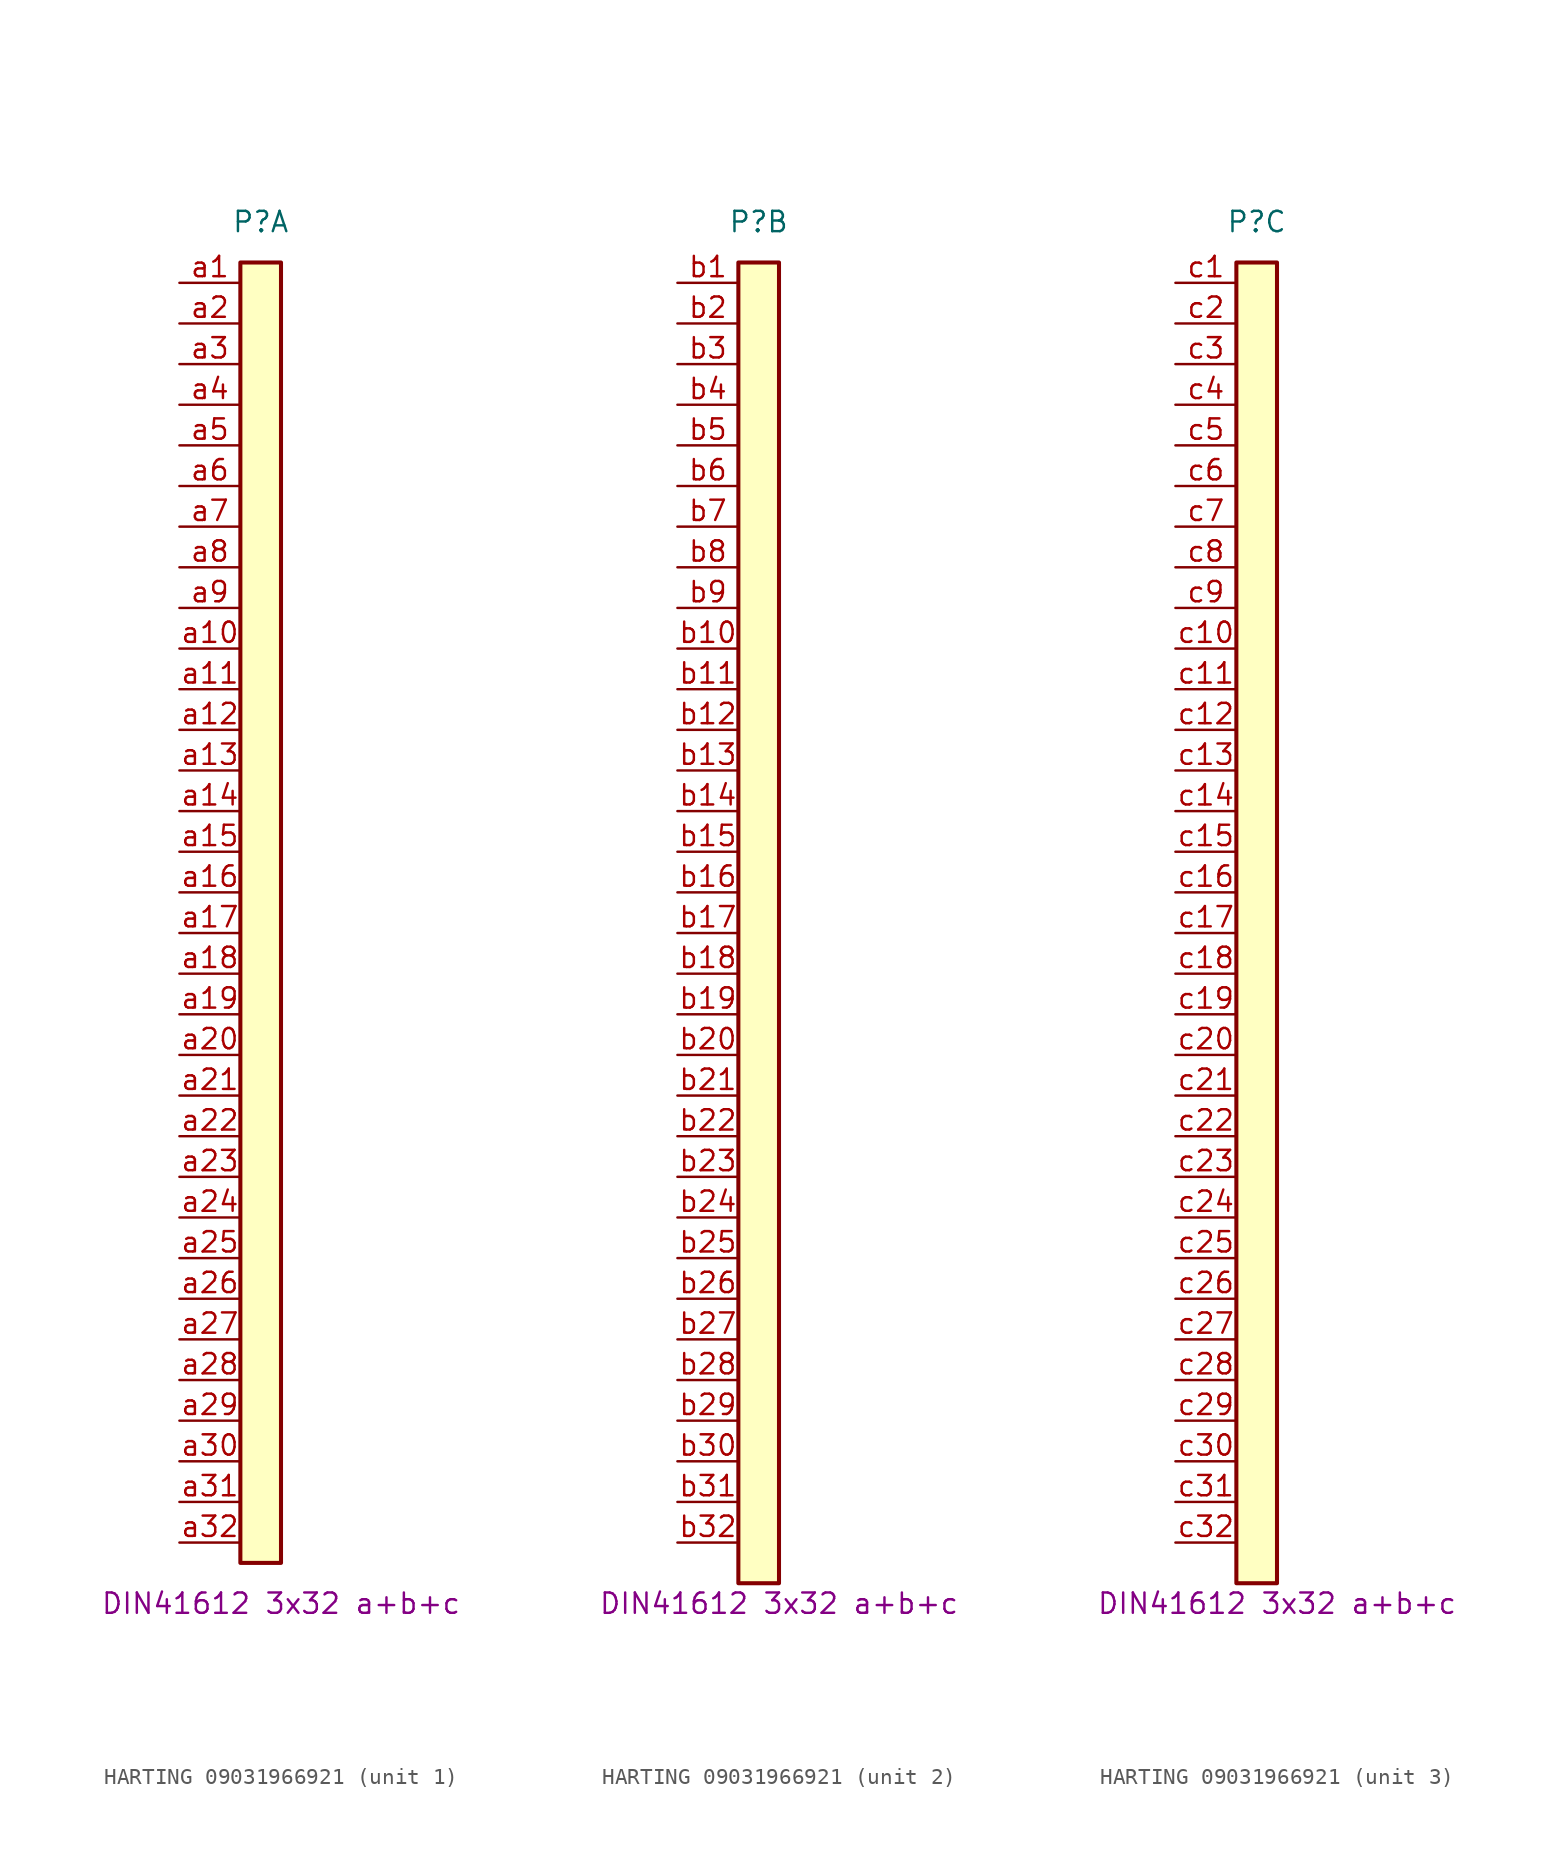
<source format=kicad_sym>
(kicad_symbol_lib
  (version 20211014)
  (generator kicad_symbol_editor)
  (symbol "HARTING 09031966921"
    (pin_names
      (offset 1.016) hide)
    (property "Reference" "P"
      (at 0 41.91 0)
      (effects (font (size 1.27 1.27))))
    (property "Comment" "DIN41612 3x32 a+b+c"
      (at 1.27 -44.45 0)
      (effects (font (size 1.27 1.27))))
    (property "ki_locked" ""
      (at 0 0 0)
      (effects (font (size 1.27 1.27))))
    (symbol "HARTING 09031966921_1_1"
      (rectangle (start -1.27 39.37) (end 1.27 -41.91) (stroke (width 0.254) (type default) (color 0 0 0 0)) (fill (type background)))
      (pin passive line (at -5.08 38.1 0) (length 3.81) (name "Pin_a1" (effects (font (size 1.27 1.27)))) (number "a1" (effects (font (size 1.27 1.27)))))
      (pin passive line (at -5.08 15.24 0) (length 3.81) (name "Pin_a10" (effects (font (size 1.27 1.27)))) (number "a10" (effects (font (size 1.27 1.27)))))
      (pin passive line (at -5.08 12.7 0) (length 3.81) (name "Pin_a11" (effects (font (size 1.27 1.27)))) (number "a11" (effects (font (size 1.27 1.27)))))
      (pin passive line (at -5.08 10.16 0) (length 3.81) (name "Pin_a12" (effects (font (size 1.27 1.27)))) (number "a12" (effects (font (size 1.27 1.27)))))
      (pin passive line (at -5.08 7.62 0) (length 3.81) (name "Pin_a13" (effects (font (size 1.27 1.27)))) (number "a13" (effects (font (size 1.27 1.27)))))
      (pin passive line (at -5.08 5.08 0) (length 3.81) (name "Pin_a14" (effects (font (size 1.27 1.27)))) (number "a14" (effects (font (size 1.27 1.27)))))
      (pin passive line (at -5.08 2.54 0) (length 3.81) (name "Pin_a15" (effects (font (size 1.27 1.27)))) (number "a15" (effects (font (size 1.27 1.27)))))
      (pin passive line (at -5.08 0 0) (length 3.81) (name "Pin_a16" (effects (font (size 1.27 1.27)))) (number "a16" (effects (font (size 1.27 1.27)))))
      (pin passive line (at -5.08 -2.54 0) (length 3.81) (name "Pin_a17" (effects (font (size 1.27 1.27)))) (number "a17" (effects (font (size 1.27 1.27)))))
      (pin passive line (at -5.08 -5.08 0) (length 3.81) (name "Pin_a18" (effects (font (size 1.27 1.27)))) (number "a18" (effects (font (size 1.27 1.27)))))
      (pin passive line (at -5.08 -7.62 0) (length 3.81) (name "Pin_a19" (effects (font (size 1.27 1.27)))) (number "a19" (effects (font (size 1.27 1.27)))))
      (pin passive line (at -5.08 35.56 0) (length 3.81) (name "Pin_a2" (effects (font (size 1.27 1.27)))) (number "a2" (effects (font (size 1.27 1.27)))))
      (pin passive line (at -5.08 -10.16 0) (length 3.81) (name "Pin_a20" (effects (font (size 1.27 1.27)))) (number "a20" (effects (font (size 1.27 1.27)))))
      (pin passive line (at -5.08 -12.7 0) (length 3.81) (name "Pin_a21" (effects (font (size 1.27 1.27)))) (number "a21" (effects (font (size 1.27 1.27)))))
      (pin passive line (at -5.08 -15.24 0) (length 3.81) (name "Pin_a22" (effects (font (size 1.27 1.27)))) (number "a22" (effects (font (size 1.27 1.27)))))
      (pin passive line (at -5.08 -17.78 0) (length 3.81) (name "Pin_a23" (effects (font (size 1.27 1.27)))) (number "a23" (effects (font (size 1.27 1.27)))))
      (pin passive line (at -5.08 -20.32 0) (length 3.81) (name "Pin_a24" (effects (font (size 1.27 1.27)))) (number "a24" (effects (font (size 1.27 1.27)))))
      (pin passive line (at -5.08 -22.86 0) (length 3.81) (name "Pin_a25" (effects (font (size 1.27 1.27)))) (number "a25" (effects (font (size 1.27 1.27)))))
      (pin passive line (at -5.08 -25.4 0) (length 3.81) (name "Pin_a26" (effects (font (size 1.27 1.27)))) (number "a26" (effects (font (size 1.27 1.27)))))
      (pin passive line (at -5.08 -27.94 0) (length 3.81) (name "Pin_a27" (effects (font (size 1.27 1.27)))) (number "a27" (effects (font (size 1.27 1.27)))))
      (pin passive line (at -5.08 -30.48 0) (length 3.81) (name "Pin_a28" (effects (font (size 1.27 1.27)))) (number "a28" (effects (font (size 1.27 1.27)))))
      (pin passive line (at -5.08 -33.02 0) (length 3.81) (name "Pin_a29" (effects (font (size 1.27 1.27)))) (number "a29" (effects (font (size 1.27 1.27)))))
      (pin passive line (at -5.08 33.02 0) (length 3.81) (name "Pin_a3" (effects (font (size 1.27 1.27)))) (number "a3" (effects (font (size 1.27 1.27)))))
      (pin passive line (at -5.08 -35.56 0) (length 3.81) (name "Pin_a30" (effects (font (size 1.27 1.27)))) (number "a30" (effects (font (size 1.27 1.27)))))
      (pin passive line (at -5.08 -38.1 0) (length 3.81) (name "Pin_a31" (effects (font (size 1.27 1.27)))) (number "a31" (effects (font (size 1.27 1.27)))))
      (pin passive line (at -5.08 -40.64 0) (length 3.81) (name "Pin_a32" (effects (font (size 1.27 1.27)))) (number "a32" (effects (font (size 1.27 1.27)))))
      (pin passive line (at -5.08 30.48 0) (length 3.81) (name "Pin_a4" (effects (font (size 1.27 1.27)))) (number "a4" (effects (font (size 1.27 1.27)))))
      (pin passive line (at -5.08 27.94 0) (length 3.81) (name "Pin_a5" (effects (font (size 1.27 1.27)))) (number "a5" (effects (font (size 1.27 1.27)))))
      (pin passive line (at -5.08 25.4 0) (length 3.81) (name "Pin_a6" (effects (font (size 1.27 1.27)))) (number "a6" (effects (font (size 1.27 1.27)))))
      (pin passive line (at -5.08 22.86 0) (length 3.81) (name "Pin_a7" (effects (font (size 1.27 1.27)))) (number "a7" (effects (font (size 1.27 1.27)))))
      (pin passive line (at -5.08 20.32 0) (length 3.81) (name "Pin_a8" (effects (font (size 1.27 1.27)))) (number "a8" (effects (font (size 1.27 1.27)))))
      (pin passive line (at -5.08 17.78 0) (length 3.81) (name "Pin_a9" (effects (font (size 1.27 1.27)))) (number "a9" (effects (font (size 1.27 1.27))))))
    (symbol "HARTING 09031966921_2_1"
      (rectangle (start -1.27 39.37) (end 1.27 -43.18) (stroke (width 0.254) (type default) (color 0 0 0 0)) (fill (type background)))
      (pin passive line (at -5.08 38.1 0) (length 3.81) (name "b1" (effects (font (size 1.27 1.27)))) (number "b1" (effects (font (size 1.27 1.27)))))
      (pin passive line (at -5.08 15.24 0) (length 3.81) (name "b10" (effects (font (size 1.27 1.27)))) (number "b10" (effects (font (size 1.27 1.27)))))
      (pin passive line (at -5.08 12.7 0) (length 3.81) (name "b11" (effects (font (size 1.27 1.27)))) (number "b11" (effects (font (size 1.27 1.27)))))
      (pin passive line (at -5.08 10.16 0) (length 3.81) (name "b12" (effects (font (size 1.27 1.27)))) (number "b12" (effects (font (size 1.27 1.27)))))
      (pin passive line (at -5.08 7.62 0) (length 3.81) (name "b13" (effects (font (size 1.27 1.27)))) (number "b13" (effects (font (size 1.27 1.27)))))
      (pin passive line (at -5.08 5.08 0) (length 3.81) (name "b14" (effects (font (size 1.27 1.27)))) (number "b14" (effects (font (size 1.27 1.27)))))
      (pin passive line (at -5.08 2.54 0) (length 3.81) (name "b15" (effects (font (size 1.27 1.27)))) (number "b15" (effects (font (size 1.27 1.27)))))
      (pin passive line (at -5.08 0 0) (length 3.81) (name "b16" (effects (font (size 1.27 1.27)))) (number "b16" (effects (font (size 1.27 1.27)))))
      (pin passive line (at -5.08 -2.54 0) (length 3.81) (name "b17" (effects (font (size 1.27 1.27)))) (number "b17" (effects (font (size 1.27 1.27)))))
      (pin passive line (at -5.08 -5.08 0) (length 3.81) (name "b18" (effects (font (size 1.27 1.27)))) (number "b18" (effects (font (size 1.27 1.27)))))
      (pin passive line (at -5.08 -7.62 0) (length 3.81) (name "b19" (effects (font (size 1.27 1.27)))) (number "b19" (effects (font (size 1.27 1.27)))))
      (pin passive line (at -5.08 35.56 0) (length 3.81) (name "b2" (effects (font (size 1.27 1.27)))) (number "b2" (effects (font (size 1.27 1.27)))))
      (pin passive line (at -5.08 -10.16 0) (length 3.81) (name "b20" (effects (font (size 1.27 1.27)))) (number "b20" (effects (font (size 1.27 1.27)))))
      (pin passive line (at -5.08 -12.7 0) (length 3.81) (name "b21" (effects (font (size 1.27 1.27)))) (number "b21" (effects (font (size 1.27 1.27)))))
      (pin passive line (at -5.08 -15.24 0) (length 3.81) (name "b22" (effects (font (size 1.27 1.27)))) (number "b22" (effects (font (size 1.27 1.27)))))
      (pin passive line (at -5.08 -17.78 0) (length 3.81) (name "b23" (effects (font (size 1.27 1.27)))) (number "b23" (effects (font (size 1.27 1.27)))))
      (pin passive line (at -5.08 -20.32 0) (length 3.81) (name "b24" (effects (font (size 1.27 1.27)))) (number "b24" (effects (font (size 1.27 1.27)))))
      (pin passive line (at -5.08 -22.86 0) (length 3.81) (name "b25" (effects (font (size 1.27 1.27)))) (number "b25" (effects (font (size 1.27 1.27)))))
      (pin passive line (at -5.08 -25.4 0) (length 3.81) (name "b26" (effects (font (size 1.27 1.27)))) (number "b26" (effects (font (size 1.27 1.27)))))
      (pin passive line (at -5.08 -27.94 0) (length 3.81) (name "b27" (effects (font (size 1.27 1.27)))) (number "b27" (effects (font (size 1.27 1.27)))))
      (pin passive line (at -5.08 -30.48 0) (length 3.81) (name "b28" (effects (font (size 1.27 1.27)))) (number "b28" (effects (font (size 1.27 1.27)))))
      (pin passive line (at -5.08 -33.02 0) (length 3.81) (name "b29" (effects (font (size 1.27 1.27)))) (number "b29" (effects (font (size 1.27 1.27)))))
      (pin passive line (at -5.08 33.02 0) (length 3.81) (name "b3" (effects (font (size 1.27 1.27)))) (number "b3" (effects (font (size 1.27 1.27)))))
      (pin passive line (at -5.08 -35.56 0) (length 3.81) (name "b30" (effects (font (size 1.27 1.27)))) (number "b30" (effects (font (size 1.27 1.27)))))
      (pin passive line (at -5.08 -38.1 0) (length 3.81) (name "b31" (effects (font (size 1.27 1.27)))) (number "b31" (effects (font (size 1.27 1.27)))))
      (pin passive line (at -5.08 -40.64 0) (length 3.81) (name "b32" (effects (font (size 1.27 1.27)))) (number "b32" (effects (font (size 1.27 1.27)))))
      (pin passive line (at -5.08 30.48 0) (length 3.81) (name "b4" (effects (font (size 1.27 1.27)))) (number "b4" (effects (font (size 1.27 1.27)))))
      (pin passive line (at -5.08 27.94 0) (length 3.81) (name "b5" (effects (font (size 1.27 1.27)))) (number "b5" (effects (font (size 1.27 1.27)))))
      (pin passive line (at -5.08 25.4 0) (length 3.81) (name "b6" (effects (font (size 1.27 1.27)))) (number "b6" (effects (font (size 1.27 1.27)))))
      (pin passive line (at -5.08 22.86 0) (length 3.81) (name "b7" (effects (font (size 1.27 1.27)))) (number "b7" (effects (font (size 1.27 1.27)))))
      (pin passive line (at -5.08 20.32 0) (length 3.81) (name "b8" (effects (font (size 1.27 1.27)))) (number "b8" (effects (font (size 1.27 1.27)))))
      (pin passive line (at -5.08 17.78 0) (length 3.81) (name "b9" (effects (font (size 1.27 1.27)))) (number "b9" (effects (font (size 1.27 1.27))))))
    (symbol "HARTING 09031966921_3_1"
      (rectangle (start -1.27 39.37) (end 1.27 -43.18) (stroke (width 0.254) (type default) (color 0 0 0 0)) (fill (type background)))
      (pin passive line (at -5.08 38.1 0) (length 3.81) (name "c1" (effects (font (size 1.27 1.27)))) (number "c1" (effects (font (size 1.27 1.27)))))
      (pin passive line (at -5.08 15.24 0) (length 3.81) (name "c10" (effects (font (size 1.27 1.27)))) (number "c10" (effects (font (size 1.27 1.27)))))
      (pin passive line (at -5.08 12.7 0) (length 3.81) (name "c11" (effects (font (size 1.27 1.27)))) (number "c11" (effects (font (size 1.27 1.27)))))
      (pin passive line (at -5.08 10.16 0) (length 3.81) (name "c12" (effects (font (size 1.27 1.27)))) (number "c12" (effects (font (size 1.27 1.27)))))
      (pin passive line (at -5.08 7.62 0) (length 3.81) (name "c13" (effects (font (size 1.27 1.27)))) (number "c13" (effects (font (size 1.27 1.27)))))
      (pin passive line (at -5.08 5.08 0) (length 3.81) (name "c14" (effects (font (size 1.27 1.27)))) (number "c14" (effects (font (size 1.27 1.27)))))
      (pin passive line (at -5.08 2.54 0) (length 3.81) (name "c15" (effects (font (size 1.27 1.27)))) (number "c15" (effects (font (size 1.27 1.27)))))
      (pin passive line (at -5.08 0 0) (length 3.81) (name "c16" (effects (font (size 1.27 1.27)))) (number "c16" (effects (font (size 1.27 1.27)))))
      (pin passive line (at -5.08 -2.54 0) (length 3.81) (name "c17" (effects (font (size 1.27 1.27)))) (number "c17" (effects (font (size 1.27 1.27)))))
      (pin passive line (at -5.08 -5.08 0) (length 3.81) (name "c18" (effects (font (size 1.27 1.27)))) (number "c18" (effects (font (size 1.27 1.27)))))
      (pin passive line (at -5.08 -7.62 0) (length 3.81) (name "c19" (effects (font (size 1.27 1.27)))) (number "c19" (effects (font (size 1.27 1.27)))))
      (pin passive line (at -5.08 35.56 0) (length 3.81) (name "c2" (effects (font (size 1.27 1.27)))) (number "c2" (effects (font (size 1.27 1.27)))))
      (pin passive line (at -5.08 -10.16 0) (length 3.81) (name "c20" (effects (font (size 1.27 1.27)))) (number "c20" (effects (font (size 1.27 1.27)))))
      (pin passive line (at -5.08 -12.7 0) (length 3.81) (name "c21" (effects (font (size 1.27 1.27)))) (number "c21" (effects (font (size 1.27 1.27)))))
      (pin passive line (at -5.08 -15.24 0) (length 3.81) (name "c22" (effects (font (size 1.27 1.27)))) (number "c22" (effects (font (size 1.27 1.27)))))
      (pin passive line (at -5.08 -17.78 0) (length 3.81) (name "c23" (effects (font (size 1.27 1.27)))) (number "c23" (effects (font (size 1.27 1.27)))))
      (pin passive line (at -5.08 -20.32 0) (length 3.81) (name "c24" (effects (font (size 1.27 1.27)))) (number "c24" (effects (font (size 1.27 1.27)))))
      (pin passive line (at -5.08 -22.86 0) (length 3.81) (name "c25" (effects (font (size 1.27 1.27)))) (number "c25" (effects (font (size 1.27 1.27)))))
      (pin passive line (at -5.08 -25.4 0) (length 3.81) (name "c26" (effects (font (size 1.27 1.27)))) (number "c26" (effects (font (size 1.27 1.27)))))
      (pin passive line (at -5.08 -27.94 0) (length 3.81) (name "c27" (effects (font (size 1.27 1.27)))) (number "c27" (effects (font (size 1.27 1.27)))))
      (pin passive line (at -5.08 -30.48 0) (length 3.81) (name "c28" (effects (font (size 1.27 1.27)))) (number "c28" (effects (font (size 1.27 1.27)))))
      (pin passive line (at -5.08 -33.02 0) (length 3.81) (name "c29" (effects (font (size 1.27 1.27)))) (number "c29" (effects (font (size 1.27 1.27)))))
      (pin passive line (at -5.08 33.02 0) (length 3.81) (name "c3" (effects (font (size 1.27 1.27)))) (number "c3" (effects (font (size 1.27 1.27)))))
      (pin passive line (at -5.08 -35.56 0) (length 3.81) (name "c30" (effects (font (size 1.27 1.27)))) (number "c30" (effects (font (size 1.27 1.27)))))
      (pin passive line (at -5.08 -38.1 0) (length 3.81) (name "c31" (effects (font (size 1.27 1.27)))) (number "c31" (effects (font (size 1.27 1.27)))))
      (pin passive line (at -5.08 -40.64 0) (length 3.81) (name "c32" (effects (font (size 1.27 1.27)))) (number "c32" (effects (font (size 1.27 1.27)))))
      (pin passive line (at -5.08 30.48 0) (length 3.81) (name "c4" (effects (font (size 1.27 1.27)))) (number "c4" (effects (font (size 1.27 1.27)))))
      (pin passive line (at -5.08 27.94 0) (length 3.81) (name "c5" (effects (font (size 1.27 1.27)))) (number "c5" (effects (font (size 1.27 1.27)))))
      (pin passive line (at -5.08 25.4 0) (length 3.81) (name "c6" (effects (font (size 1.27 1.27)))) (number "c6" (effects (font (size 1.27 1.27)))))
      (pin passive line (at -5.08 22.86 0) (length 3.81) (name "c7" (effects (font (size 1.27 1.27)))) (number "c7" (effects (font (size 1.27 1.27)))))
      (pin passive line (at -5.08 20.32 0) (length 3.81) (name "c8" (effects (font (size 1.27 1.27)))) (number "c8" (effects (font (size 1.27 1.27)))))
      (pin passive line (at -5.08 17.78 0) (length 3.81) (name "c9" (effects (font (size 1.27 1.27)))) (number "c9" (effects (font (size 1.27 1.27))))))))
</source>
